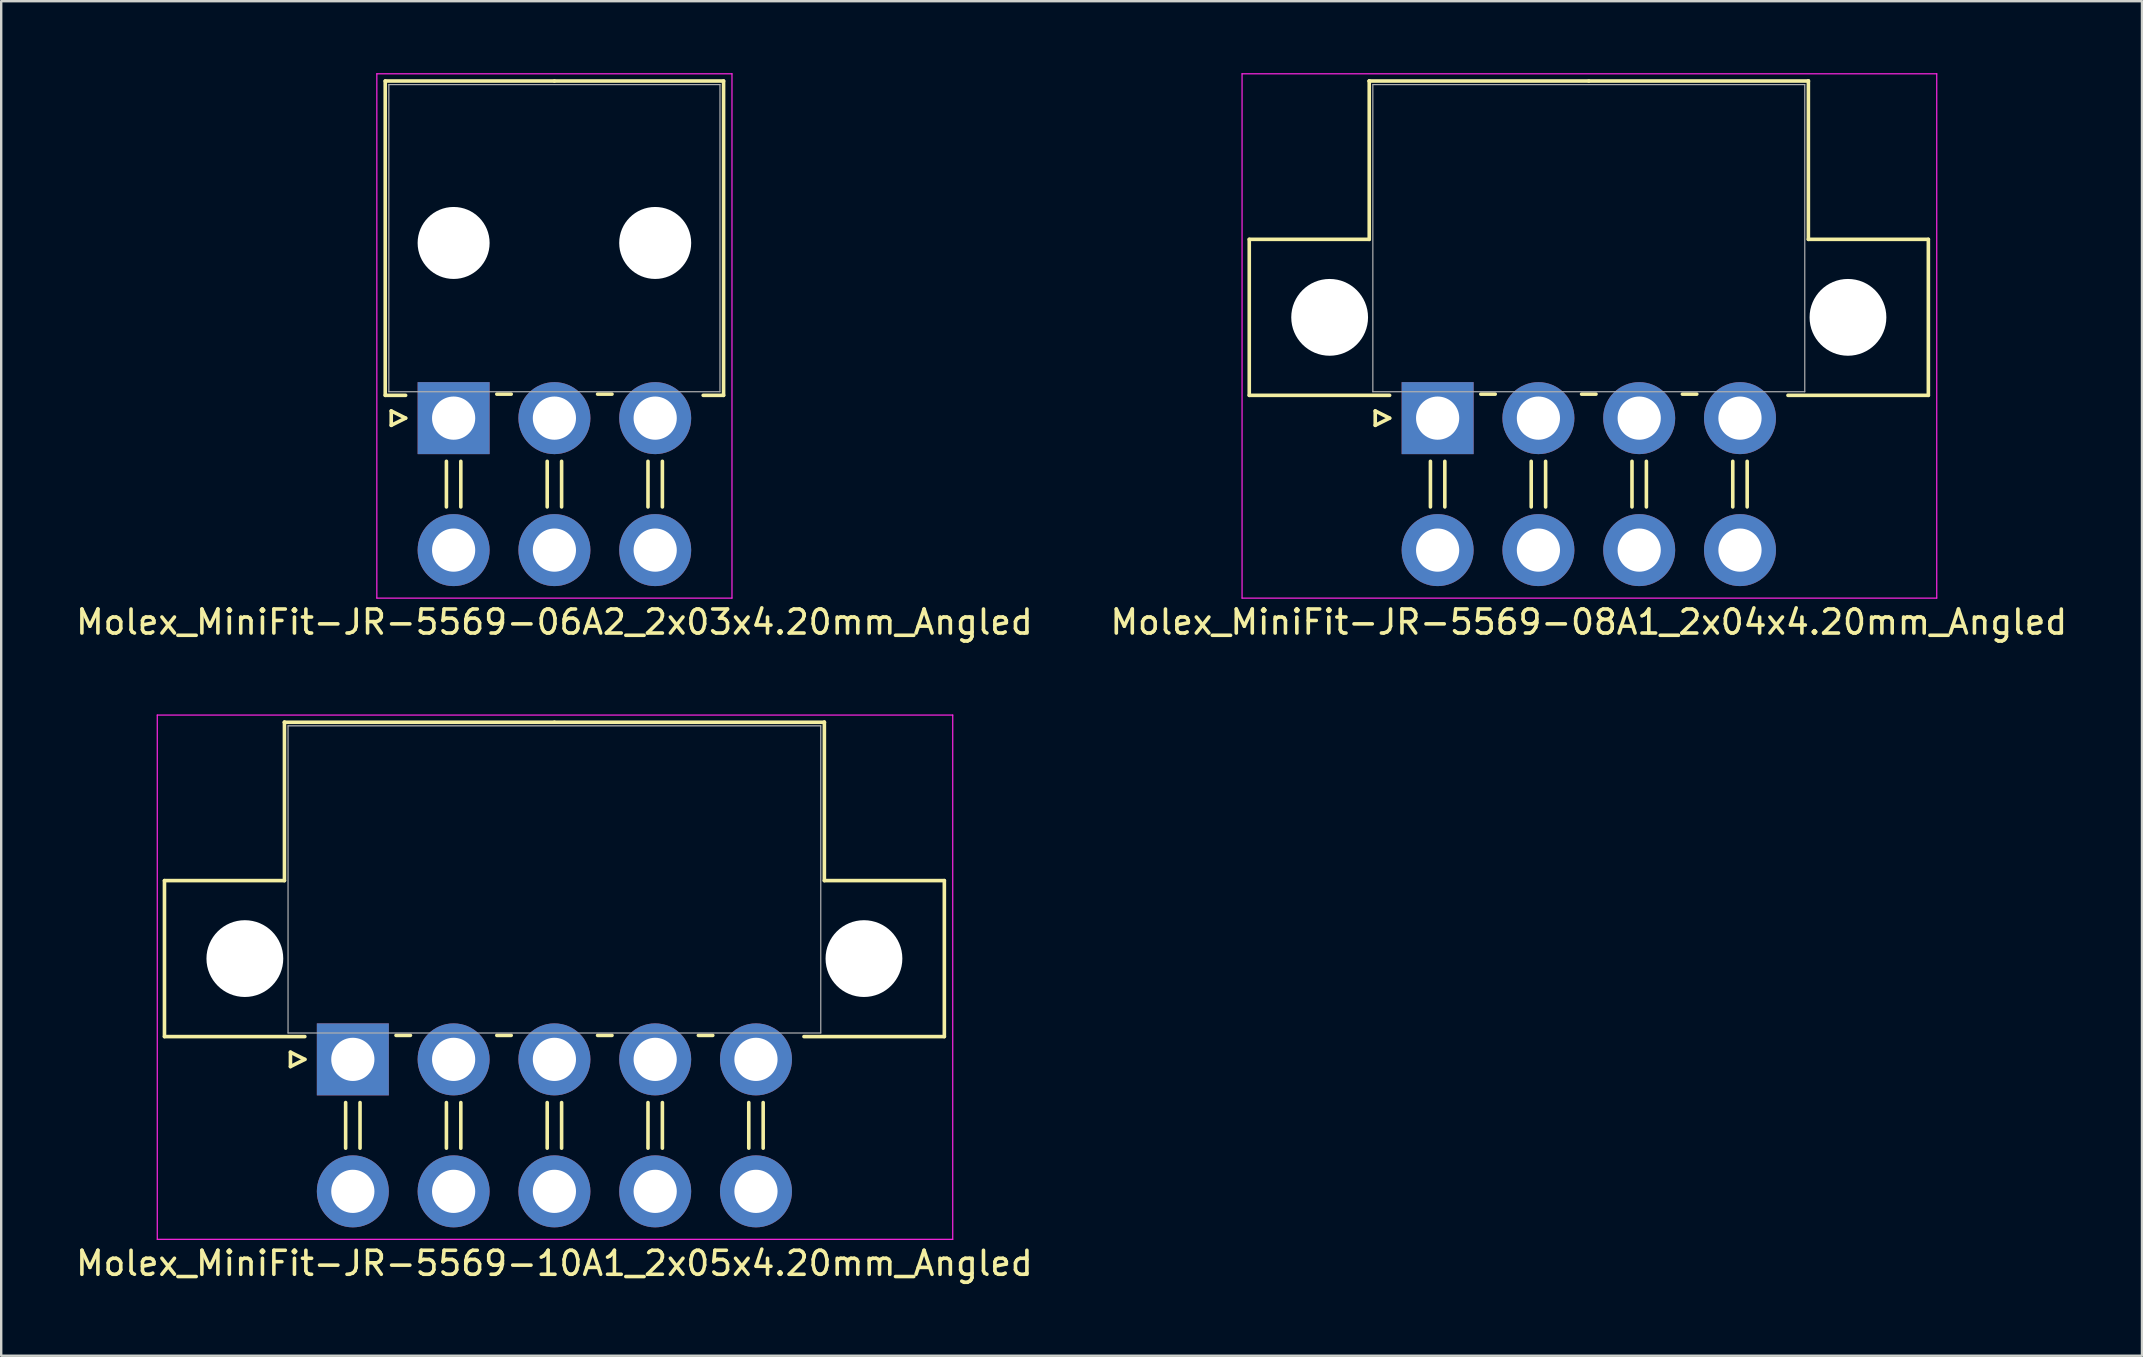
<source format=kicad_pcb>
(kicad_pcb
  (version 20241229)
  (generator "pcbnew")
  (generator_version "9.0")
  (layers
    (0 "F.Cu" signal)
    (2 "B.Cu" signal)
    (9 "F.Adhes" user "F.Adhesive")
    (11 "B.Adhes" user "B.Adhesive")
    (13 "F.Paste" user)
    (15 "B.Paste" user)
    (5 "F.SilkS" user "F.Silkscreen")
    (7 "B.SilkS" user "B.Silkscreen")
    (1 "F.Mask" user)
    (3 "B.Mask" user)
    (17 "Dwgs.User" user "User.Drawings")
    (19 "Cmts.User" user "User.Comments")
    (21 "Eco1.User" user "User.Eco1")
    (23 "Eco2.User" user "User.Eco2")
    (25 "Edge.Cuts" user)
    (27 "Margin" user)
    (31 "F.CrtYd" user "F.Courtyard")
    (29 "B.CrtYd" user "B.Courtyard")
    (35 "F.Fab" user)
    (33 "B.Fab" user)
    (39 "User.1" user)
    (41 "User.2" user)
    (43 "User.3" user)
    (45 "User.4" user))
  (footprint "Molex_MiniFit-JR-5569-06A2_2x03x4.20mm_Angled"
    (layer "F.Cu")
    (at 15.854 14.375)
    (property "Reference" "Molex_MiniFit-JR-5569-06A2_2x03x4.20mm_Angled" (at 4.2 8.5 0) (layer "F.SilkS") (effects (font (size 1 1) (thickness 0.15))))
    (attr through_hole)
    (fp_line (start -2.85 -14.05) (end 4.2 -14.05) (stroke (width 0.15) (type solid)) (layer "F.SilkS"))
    (fp_line (start -2.85 -0.95) (end -2.85 -14.05) (stroke (width 0.15) (type solid)) (layer "F.SilkS"))
    (fp_line (start -2.6 -0.3) (end -2 0) (stroke (width 0.15) (type solid)) (layer "F.SilkS"))
    (fp_line (start -2.6 0.3) (end -2.6 -0.3) (stroke (width 0.15) (type solid)) (layer "F.SilkS"))
    (fp_line (start -2 -0.95) (end -2.85 -0.95) (stroke (width 0.15) (type solid)) (layer "F.SilkS"))
    (fp_line (start -2 0) (end -2.6 0.3) (stroke (width 0.15) (type solid)) (layer "F.SilkS"))
    (fp_line (start -0.3 1.8) (end -0.3 3.7) (stroke (width 0.15) (type solid)) (layer "F.SilkS"))
    (fp_line (start 0.3 1.8) (end 0.3 3.7) (stroke (width 0.15) (type solid)) (layer "F.SilkS"))
    (fp_line (start 1.8 -1) (end 2.4 -1) (stroke (width 0.15) (type solid)) (layer "F.SilkS"))
    (fp_line (start 3.9 1.8) (end 3.9 3.7) (stroke (width 0.15) (type solid)) (layer "F.SilkS"))
    (fp_line (start 4.5 1.8) (end 4.5 3.7) (stroke (width 0.15) (type solid)) (layer "F.SilkS"))
    (fp_line (start 6 -1) (end 6.6 -1) (stroke (width 0.15) (type solid)) (layer "F.SilkS"))
    (fp_line (start 8.1 1.8) (end 8.1 3.7) (stroke (width 0.15) (type solid)) (layer "F.SilkS"))
    (fp_line (start 8.7 1.8) (end 8.7 3.7) (stroke (width 0.15) (type solid)) (layer "F.SilkS"))
    (fp_line (start 10.4 -0.95) (end 11.25 -0.95) (stroke (width 0.15) (type solid)) (layer "F.SilkS"))
    (fp_line (start 11.25 -14.05) (end 4.2 -14.05) (stroke (width 0.15) (type solid)) (layer "F.SilkS"))
    (fp_line (start 11.25 -0.95) (end 11.25 -14.05) (stroke (width 0.15) (type solid)) (layer "F.SilkS"))
    (fp_line (start -3.2 -14.35) (end -3.2 7.5) (stroke (width 0.05) (type solid)) (layer "F.CrtYd"))
    (fp_line (start -3.2 7.5) (end 11.6 7.5) (stroke (width 0.05) (type solid)) (layer "F.CrtYd"))
    (fp_line (start 11.6 -14.35) (end -3.2 -14.35) (stroke (width 0.05) (type solid)) (layer "F.CrtYd"))
    (fp_line (start 11.6 7.5) (end 11.6 -14.35) (stroke (width 0.05) (type solid)) (layer "F.CrtYd"))
    (fp_line (start -2.7 -13.9) (end -2.7 -1.1) (stroke (width 0.05) (type solid)) (layer "F.Fab"))
    (fp_line (start -2.7 -1.1) (end 11.1 -1.1) (stroke (width 0.05) (type solid)) (layer "F.Fab"))
    (fp_line (start 11.1 -13.9) (end -2.7 -13.9) (stroke (width 0.05) (type solid)) (layer "F.Fab"))
    (fp_line (start 11.1 -1.1) (end 11.1 -13.9) (stroke (width 0.05) (type solid)) (layer "F.Fab"))
    (pad "" np_thru_hole circle (at 0 -7.3) (size 3 3) (drill 3) (layers "*.Cu"))
    (pad "" np_thru_hole circle (at 8.4 -7.3) (size 3 3) (drill 3) (layers "*.Cu"))
    (pad "1" thru_hole rect (at 0 0) (size 3 3) (drill 1.8) (layers "*.Cu" "*.Mask"))
    (pad "2" thru_hole circle (at 4.2 0) (size 3 3) (drill 1.8) (layers "*.Cu" "*.Mask"))
    (pad "3" thru_hole circle (at 8.4 0) (size 3 3) (drill 1.8) (layers "*.Cu" "*.Mask"))
    (pad "4" thru_hole circle (at 0 5.5) (size 3 3) (drill 1.8) (layers "*.Cu" "*.Mask"))
    (pad "5" thru_hole circle (at 4.2 5.5) (size 3 3) (drill 1.8) (layers "*.Cu" "*.Mask"))
    (pad "6" thru_hole circle (at 8.4 5.5) (size 3 3) (drill 1.8) (layers "*.Cu" "*.Mask")))
  (footprint "Molex_MiniFit-JR-5569-10A1_2x05x4.20mm_Angled"
    (layer "F.Cu")
    (at 11.654 41.098)
    (property "Reference" "Molex_MiniFit-JR-5569-10A1_2x05x4.20mm_Angled" (at 8.4 8.5 0) (layer "F.SilkS") (effects (font (size 1 1) (thickness 0.15))))
    (attr through_hole)
    (fp_line (start -7.85 -7.45) (end -7.85 -0.95) (stroke (width 0.15) (type solid)) (layer "F.SilkS"))
    (fp_line (start -7.85 -0.95) (end -2 -0.95) (stroke (width 0.15) (type solid)) (layer "F.SilkS"))
    (fp_line (start -2.85 -14.05) (end -2.85 -14.05) (stroke (width 0.15) (type solid)) (layer "F.SilkS"))
    (fp_line (start -2.85 -14.05) (end -2.85 -7.45) (stroke (width 0.15) (type solid)) (layer "F.SilkS"))
    (fp_line (start -2.85 -7.45) (end -7.85 -7.45) (stroke (width 0.15) (type solid)) (layer "F.SilkS"))
    (fp_line (start -2.6 -0.3) (end -2 0) (stroke (width 0.15) (type solid)) (layer "F.SilkS"))
    (fp_line (start -2.6 0.3) (end -2.6 -0.3) (stroke (width 0.15) (type solid)) (layer "F.SilkS"))
    (fp_line (start -2 0) (end -2.6 0.3) (stroke (width 0.15) (type solid)) (layer "F.SilkS"))
    (fp_line (start -0.3 1.8) (end -0.3 3.7) (stroke (width 0.15) (type solid)) (layer "F.SilkS"))
    (fp_line (start 0.3 1.8) (end 0.3 3.7) (stroke (width 0.15) (type solid)) (layer "F.SilkS"))
    (fp_line (start 1.8 -1) (end 2.4 -1) (stroke (width 0.15) (type solid)) (layer "F.SilkS"))
    (fp_line (start 3.9 1.8) (end 3.9 3.7) (stroke (width 0.15) (type solid)) (layer "F.SilkS"))
    (fp_line (start 4.5 1.8) (end 4.5 3.7) (stroke (width 0.15) (type solid)) (layer "F.SilkS"))
    (fp_line (start 6 -1) (end 6.6 -1) (stroke (width 0.15) (type solid)) (layer "F.SilkS"))
    (fp_line (start 8.1 1.8) (end 8.1 3.7) (stroke (width 0.15) (type solid)) (layer "F.SilkS"))
    (fp_line (start 8.4 -14.05) (end -2.85 -14.05) (stroke (width 0.15) (type solid)) (layer "F.SilkS"))
    (fp_line (start 8.4 -14.05) (end 19.65 -14.05) (stroke (width 0.15) (type solid)) (layer "F.SilkS"))
    (fp_line (start 8.7 1.8) (end 8.7 3.7) (stroke (width 0.15) (type solid)) (layer "F.SilkS"))
    (fp_line (start 10.2 -1) (end 10.8 -1) (stroke (width 0.15) (type solid)) (layer "F.SilkS"))
    (fp_line (start 12.3 1.8) (end 12.3 3.7) (stroke (width 0.15) (type solid)) (layer "F.SilkS"))
    (fp_line (start 12.9 1.8) (end 12.9 3.7) (stroke (width 0.15) (type solid)) (layer "F.SilkS"))
    (fp_line (start 14.4 -1) (end 15 -1) (stroke (width 0.15) (type solid)) (layer "F.SilkS"))
    (fp_line (start 16.5 1.8) (end 16.5 3.7) (stroke (width 0.15) (type solid)) (layer "F.SilkS"))
    (fp_line (start 17.1 1.8) (end 17.1 3.7) (stroke (width 0.15) (type solid)) (layer "F.SilkS"))
    (fp_line (start 19.65 -14.05) (end 19.65 -14.05) (stroke (width 0.15) (type solid)) (layer "F.SilkS"))
    (fp_line (start 19.65 -14.05) (end 19.65 -7.45) (stroke (width 0.15) (type solid)) (layer "F.SilkS"))
    (fp_line (start 19.65 -7.45) (end 24.65 -7.45) (stroke (width 0.15) (type solid)) (layer "F.SilkS"))
    (fp_line (start 24.65 -7.45) (end 24.65 -0.95) (stroke (width 0.15) (type solid)) (layer "F.SilkS"))
    (fp_line (start 24.65 -0.95) (end 18.8 -0.95) (stroke (width 0.15) (type solid)) (layer "F.SilkS"))
    (fp_line (start -8.15 -14.35) (end -8.15 7.5) (stroke (width 0.05) (type solid)) (layer "F.CrtYd"))
    (fp_line (start -8.15 7.5) (end 25 7.5) (stroke (width 0.05) (type solid)) (layer "F.CrtYd"))
    (fp_line (start 25 -14.35) (end -8.15 -14.35) (stroke (width 0.05) (type solid)) (layer "F.CrtYd"))
    (fp_line (start 25 7.5) (end 25 -14.35) (stroke (width 0.05) (type solid)) (layer "F.CrtYd"))
    (fp_line (start -2.7 -13.9) (end -2.7 -1.1) (stroke (width 0.05) (type solid)) (layer "F.Fab"))
    (fp_line (start -2.7 -1.1) (end 19.5 -1.1) (stroke (width 0.05) (type solid)) (layer "F.Fab"))
    (fp_line (start 19.5 -13.9) (end -2.7 -13.9) (stroke (width 0.05) (type solid)) (layer "F.Fab"))
    (fp_line (start 19.5 -1.1) (end 19.5 -13.9) (stroke (width 0.05) (type solid)) (layer "F.Fab"))
    (pad "" np_thru_hole circle (at -4.5 -4.2) (size 3.2 3.2) (drill 3.2) (layers "*.Cu"))
    (pad "" np_thru_hole circle (at 21.3 -4.2) (size 3.2 3.2) (drill 3.2) (layers "*.Cu"))
    (pad "1" thru_hole rect (at 0 0) (size 3 3) (drill 1.8) (layers "*.Cu" "*.Mask"))
    (pad "2" thru_hole circle (at 4.2 0) (size 3 3) (drill 1.8) (layers "*.Cu" "*.Mask"))
    (pad "3" thru_hole circle (at 8.4 0) (size 3 3) (drill 1.8) (layers "*.Cu" "*.Mask"))
    (pad "4" thru_hole circle (at 12.6 0) (size 3 3) (drill 1.8) (layers "*.Cu" "*.Mask"))
    (pad "5" thru_hole circle (at 16.8 0) (size 3 3) (drill 1.8) (layers "*.Cu" "*.Mask"))
    (pad "6" thru_hole circle (at 0 5.5) (size 3 3) (drill 1.8) (layers "*.Cu" "*.Mask"))
    (pad "7" thru_hole circle (at 4.2 5.5) (size 3 3) (drill 1.8) (layers "*.Cu" "*.Mask"))
    (pad "8" thru_hole circle (at 8.4 5.5) (size 3 3) (drill 1.8) (layers "*.Cu" "*.Mask"))
    (pad "9" thru_hole circle (at 12.6 5.5) (size 3 3) (drill 1.8) (layers "*.Cu" "*.Mask"))
    (pad "10" thru_hole circle (at 16.8 5.5) (size 3 3) (drill 1.8) (layers "*.Cu" "*.Mask")))
  (footprint "Molex_MiniFit-JR-5569-08A1_2x04x4.20mm_Angled"
    (layer "F.Cu")
    (at 56.861 14.375)
    (property "Reference" "Molex_MiniFit-JR-5569-08A1_2x04x4.20mm_Angled" (at 6.3 8.5 0) (layer "F.SilkS") (effects (font (size 1 1) (thickness 0.15))))
    (attr through_hole)
    (fp_line (start -7.85 -7.45) (end -7.85 -0.95) (stroke (width 0.15) (type solid)) (layer "F.SilkS"))
    (fp_line (start -7.85 -0.95) (end -2 -0.95) (stroke (width 0.15) (type solid)) (layer "F.SilkS"))
    (fp_line (start -2.85 -14.05) (end -2.85 -14.05) (stroke (width 0.15) (type solid)) (layer "F.SilkS"))
    (fp_line (start -2.85 -14.05) (end -2.85 -7.45) (stroke (width 0.15) (type solid)) (layer "F.SilkS"))
    (fp_line (start -2.85 -7.45) (end -7.85 -7.45) (stroke (width 0.15) (type solid)) (layer "F.SilkS"))
    (fp_line (start -2.6 -0.3) (end -2 0) (stroke (width 0.15) (type solid)) (layer "F.SilkS"))
    (fp_line (start -2.6 0.3) (end -2.6 -0.3) (stroke (width 0.15) (type solid)) (layer "F.SilkS"))
    (fp_line (start -2 0) (end -2.6 0.3) (stroke (width 0.15) (type solid)) (layer "F.SilkS"))
    (fp_line (start -0.3 1.8) (end -0.3 3.7) (stroke (width 0.15) (type solid)) (layer "F.SilkS"))
    (fp_line (start 0.3 1.8) (end 0.3 3.7) (stroke (width 0.15) (type solid)) (layer "F.SilkS"))
    (fp_line (start 1.8 -1) (end 2.4 -1) (stroke (width 0.15) (type solid)) (layer "F.SilkS"))
    (fp_line (start 3.9 1.8) (end 3.9 3.7) (stroke (width 0.15) (type solid)) (layer "F.SilkS"))
    (fp_line (start 4.5 1.8) (end 4.5 3.7) (stroke (width 0.15) (type solid)) (layer "F.SilkS"))
    (fp_line (start 6 -1) (end 6.6 -1) (stroke (width 0.15) (type solid)) (layer "F.SilkS"))
    (fp_line (start 6.3 -14.05) (end -2.85 -14.05) (stroke (width 0.15) (type solid)) (layer "F.SilkS"))
    (fp_line (start 6.3 -14.05) (end 15.45 -14.05) (stroke (width 0.15) (type solid)) (layer "F.SilkS"))
    (fp_line (start 8.1 1.8) (end 8.1 3.7) (stroke (width 0.15) (type solid)) (layer "F.SilkS"))
    (fp_line (start 8.7 1.8) (end 8.7 3.7) (stroke (width 0.15) (type solid)) (layer "F.SilkS"))
    (fp_line (start 10.2 -1) (end 10.8 -1) (stroke (width 0.15) (type solid)) (layer "F.SilkS"))
    (fp_line (start 12.3 1.8) (end 12.3 3.7) (stroke (width 0.15) (type solid)) (layer "F.SilkS"))
    (fp_line (start 12.9 1.8) (end 12.9 3.7) (stroke (width 0.15) (type solid)) (layer "F.SilkS"))
    (fp_line (start 15.45 -14.05) (end 15.45 -14.05) (stroke (width 0.15) (type solid)) (layer "F.SilkS"))
    (fp_line (start 15.45 -14.05) (end 15.45 -7.45) (stroke (width 0.15) (type solid)) (layer "F.SilkS"))
    (fp_line (start 15.45 -7.45) (end 20.45 -7.45) (stroke (width 0.15) (type solid)) (layer "F.SilkS"))
    (fp_line (start 20.45 -7.45) (end 20.45 -0.95) (stroke (width 0.15) (type solid)) (layer "F.SilkS"))
    (fp_line (start 20.45 -0.95) (end 14.6 -0.95) (stroke (width 0.15) (type solid)) (layer "F.SilkS"))
    (fp_line (start -8.15 -14.35) (end -8.15 7.5) (stroke (width 0.05) (type solid)) (layer "F.CrtYd"))
    (fp_line (start -8.15 7.5) (end 20.8 7.5) (stroke (width 0.05) (type solid)) (layer "F.CrtYd"))
    (fp_line (start 20.8 -14.35) (end -8.15 -14.35) (stroke (width 0.05) (type solid)) (layer "F.CrtYd"))
    (fp_line (start 20.8 7.5) (end 20.8 -14.35) (stroke (width 0.05) (type solid)) (layer "F.CrtYd"))
    (fp_line (start -2.7 -13.9) (end -2.7 -1.1) (stroke (width 0.05) (type solid)) (layer "F.Fab"))
    (fp_line (start -2.7 -1.1) (end 15.3 -1.1) (stroke (width 0.05) (type solid)) (layer "F.Fab"))
    (fp_line (start 15.3 -13.9) (end -2.7 -13.9) (stroke (width 0.05) (type solid)) (layer "F.Fab"))
    (fp_line (start 15.3 -1.1) (end 15.3 -13.9) (stroke (width 0.05) (type solid)) (layer "F.Fab"))
    (pad "" np_thru_hole circle (at -4.5 -4.2) (size 3.2 3.2) (drill 3.2) (layers "*.Cu"))
    (pad "" np_thru_hole circle (at 17.1 -4.2) (size 3.2 3.2) (drill 3.2) (layers "*.Cu"))
    (pad "1" thru_hole rect (at 0 0) (size 3 3) (drill 1.8) (layers "*.Cu" "*.Mask"))
    (pad "2" thru_hole circle (at 4.2 0) (size 3 3) (drill 1.8) (layers "*.Cu" "*.Mask"))
    (pad "3" thru_hole circle (at 8.4 0) (size 3 3) (drill 1.8) (layers "*.Cu" "*.Mask"))
    (pad "4" thru_hole circle (at 12.6 0) (size 3 3) (drill 1.8) (layers "*.Cu" "*.Mask"))
    (pad "5" thru_hole circle (at 0 5.5) (size 3 3) (drill 1.8) (layers "*.Cu" "*.Mask"))
    (pad "6" thru_hole circle (at 4.2 5.5) (size 3 3) (drill 1.8) (layers "*.Cu" "*.Mask"))
    (pad "7" thru_hole circle (at 8.4 5.5) (size 3 3) (drill 1.8) (layers "*.Cu" "*.Mask"))
    (pad "8" thru_hole circle (at 12.6 5.5) (size 3 3) (drill 1.8) (layers "*.Cu" "*.Mask")))
  (gr_rect
    (start -3 -3)
    (end 86.214 53.447)
    (stroke (width 0.1) (type default))
    (fill no)
    (layer "Edge.Cuts")))
</source>
